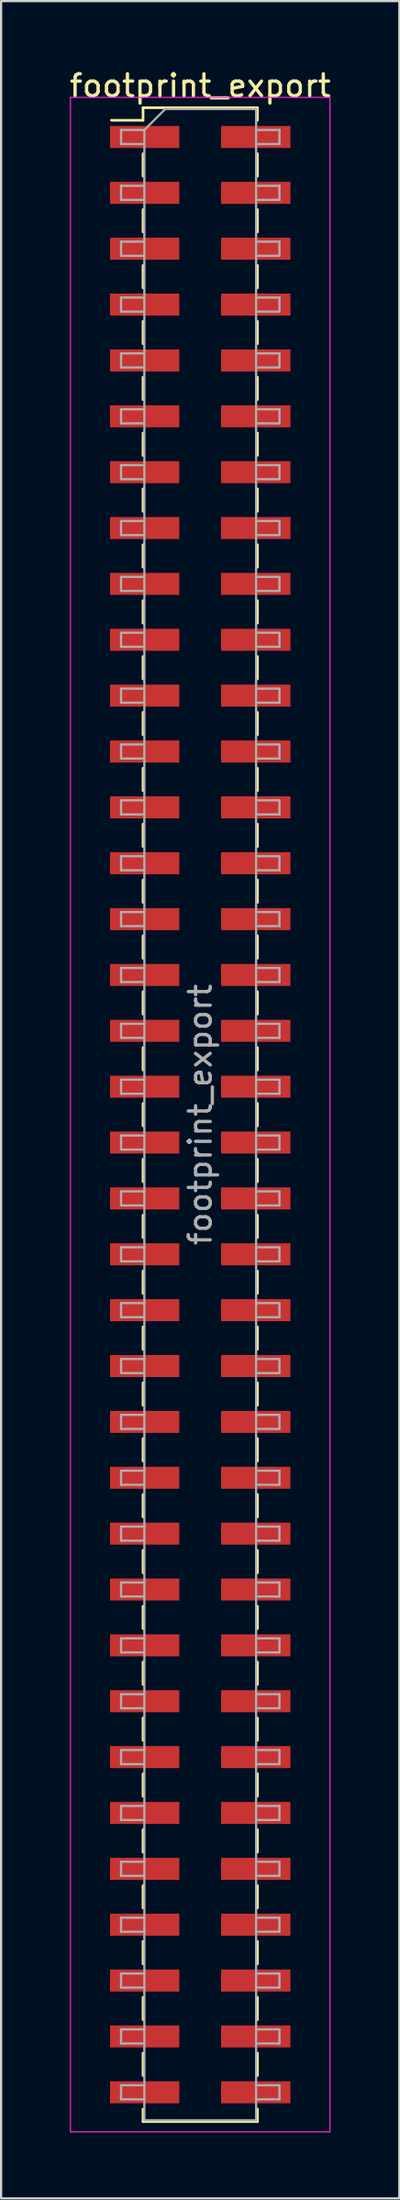
<source format=kicad_pcb>
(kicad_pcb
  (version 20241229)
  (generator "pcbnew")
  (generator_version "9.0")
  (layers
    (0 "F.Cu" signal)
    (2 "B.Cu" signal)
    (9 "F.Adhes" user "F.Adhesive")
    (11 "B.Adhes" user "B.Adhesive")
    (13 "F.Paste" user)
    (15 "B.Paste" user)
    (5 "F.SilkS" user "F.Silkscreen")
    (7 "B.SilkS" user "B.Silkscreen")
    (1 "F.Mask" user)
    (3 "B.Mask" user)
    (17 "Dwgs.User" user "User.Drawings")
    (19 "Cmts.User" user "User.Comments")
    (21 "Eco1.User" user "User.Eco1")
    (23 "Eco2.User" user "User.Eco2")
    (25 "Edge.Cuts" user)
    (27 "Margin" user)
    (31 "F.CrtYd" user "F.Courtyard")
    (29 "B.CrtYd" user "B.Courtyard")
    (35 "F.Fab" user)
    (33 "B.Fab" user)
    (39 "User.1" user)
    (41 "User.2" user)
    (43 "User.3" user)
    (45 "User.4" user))
  (footprint "footprint_export"
    (layer "F.Cu")
    (at 6.054 47.628)
    (property "Reference" "footprint_export" (at 0 -46.78 0) (layer "F.SilkS") (effects (font (size 1 1) (thickness 0.15))))
    (attr smd)
    (fp_line (start -4.04 -45.21) (end -2.6 -45.21) (stroke (width 0.12) (type solid)) (layer "F.SilkS"))
    (fp_line (start -2.6 -45.78) (end -2.6 -45.21) (stroke (width 0.12) (type solid)) (layer "F.SilkS"))
    (fp_line (start -2.6 -45.78) (end 2.6 -45.78) (stroke (width 0.12) (type solid)) (layer "F.SilkS"))
    (fp_line (start -2.6 -43.69) (end -2.6 -42.67) (stroke (width 0.12) (type solid)) (layer "F.SilkS"))
    (fp_line (start -2.6 -41.15) (end -2.6 -40.13) (stroke (width 0.12) (type solid)) (layer "F.SilkS"))
    (fp_line (start -2.6 -38.61) (end -2.6 -37.59) (stroke (width 0.12) (type solid)) (layer "F.SilkS"))
    (fp_line (start -2.6 -36.07) (end -2.6 -35.05) (stroke (width 0.12) (type solid)) (layer "F.SilkS"))
    (fp_line (start -2.6 -33.53) (end -2.6 -32.51) (stroke (width 0.12) (type solid)) (layer "F.SilkS"))
    (fp_line (start -2.6 -30.99) (end -2.6 -29.97) (stroke (width 0.12) (type solid)) (layer "F.SilkS"))
    (fp_line (start -2.6 -28.45) (end -2.6 -27.43) (stroke (width 0.12) (type solid)) (layer "F.SilkS"))
    (fp_line (start -2.6 -25.91) (end -2.6 -24.89) (stroke (width 0.12) (type solid)) (layer "F.SilkS"))
    (fp_line (start -2.6 -23.37) (end -2.6 -22.35) (stroke (width 0.12) (type solid)) (layer "F.SilkS"))
    (fp_line (start -2.6 -20.83) (end -2.6 -19.81) (stroke (width 0.12) (type solid)) (layer "F.SilkS"))
    (fp_line (start -2.6 -18.29) (end -2.6 -17.27) (stroke (width 0.12) (type solid)) (layer "F.SilkS"))
    (fp_line (start -2.6 -15.75) (end -2.6 -14.73) (stroke (width 0.12) (type solid)) (layer "F.SilkS"))
    (fp_line (start -2.6 -13.21) (end -2.6 -12.19) (stroke (width 0.12) (type solid)) (layer "F.SilkS"))
    (fp_line (start -2.6 -10.67) (end -2.6 -9.65) (stroke (width 0.12) (type solid)) (layer "F.SilkS"))
    (fp_line (start -2.6 -8.13) (end -2.6 -7.11) (stroke (width 0.12) (type solid)) (layer "F.SilkS"))
    (fp_line (start -2.6 -5.59) (end -2.6 -4.57) (stroke (width 0.12) (type solid)) (layer "F.SilkS"))
    (fp_line (start -2.6 -3.05) (end -2.6 -2.03) (stroke (width 0.12) (type solid)) (layer "F.SilkS"))
    (fp_line (start -2.6 -0.51) (end -2.6 0.51) (stroke (width 0.12) (type solid)) (layer "F.SilkS"))
    (fp_line (start -2.6 2.03) (end -2.6 3.05) (stroke (width 0.12) (type solid)) (layer "F.SilkS"))
    (fp_line (start -2.6 4.57) (end -2.6 5.59) (stroke (width 0.12) (type solid)) (layer "F.SilkS"))
    (fp_line (start -2.6 7.11) (end -2.6 8.13) (stroke (width 0.12) (type solid)) (layer "F.SilkS"))
    (fp_line (start -2.6 9.65) (end -2.6 10.67) (stroke (width 0.12) (type solid)) (layer "F.SilkS"))
    (fp_line (start -2.6 12.19) (end -2.6 13.21) (stroke (width 0.12) (type solid)) (layer "F.SilkS"))
    (fp_line (start -2.6 14.73) (end -2.6 15.75) (stroke (width 0.12) (type solid)) (layer "F.SilkS"))
    (fp_line (start -2.6 17.27) (end -2.6 18.29) (stroke (width 0.12) (type solid)) (layer "F.SilkS"))
    (fp_line (start -2.6 19.81) (end -2.6 20.83) (stroke (width 0.12) (type solid)) (layer "F.SilkS"))
    (fp_line (start -2.6 22.35) (end -2.6 23.37) (stroke (width 0.12) (type solid)) (layer "F.SilkS"))
    (fp_line (start -2.6 24.89) (end -2.6 25.91) (stroke (width 0.12) (type solid)) (layer "F.SilkS"))
    (fp_line (start -2.6 27.43) (end -2.6 28.45) (stroke (width 0.12) (type solid)) (layer "F.SilkS"))
    (fp_line (start -2.6 29.97) (end -2.6 30.99) (stroke (width 0.12) (type solid)) (layer "F.SilkS"))
    (fp_line (start -2.6 32.51) (end -2.6 33.53) (stroke (width 0.12) (type solid)) (layer "F.SilkS"))
    (fp_line (start -2.6 35.05) (end -2.6 36.07) (stroke (width 0.12) (type solid)) (layer "F.SilkS"))
    (fp_line (start -2.6 37.59) (end -2.6 38.61) (stroke (width 0.12) (type solid)) (layer "F.SilkS"))
    (fp_line (start -2.6 40.13) (end -2.6 41.15) (stroke (width 0.12) (type solid)) (layer "F.SilkS"))
    (fp_line (start -2.6 42.67) (end -2.6 43.69) (stroke (width 0.12) (type solid)) (layer "F.SilkS"))
    (fp_line (start -2.6 45.21) (end -2.6 45.78) (stroke (width 0.12) (type solid)) (layer "F.SilkS"))
    (fp_line (start -2.6 45.78) (end 2.6 45.78) (stroke (width 0.12) (type solid)) (layer "F.SilkS"))
    (fp_line (start 2.6 -45.78) (end 2.6 -45.21) (stroke (width 0.12) (type solid)) (layer "F.SilkS"))
    (fp_line (start 2.6 -43.69) (end 2.6 -42.67) (stroke (width 0.12) (type solid)) (layer "F.SilkS"))
    (fp_line (start 2.6 -41.15) (end 2.6 -40.13) (stroke (width 0.12) (type solid)) (layer "F.SilkS"))
    (fp_line (start 2.6 -38.61) (end 2.6 -37.59) (stroke (width 0.12) (type solid)) (layer "F.SilkS"))
    (fp_line (start 2.6 -36.07) (end 2.6 -35.05) (stroke (width 0.12) (type solid)) (layer "F.SilkS"))
    (fp_line (start 2.6 -33.53) (end 2.6 -32.51) (stroke (width 0.12) (type solid)) (layer "F.SilkS"))
    (fp_line (start 2.6 -30.99) (end 2.6 -29.97) (stroke (width 0.12) (type solid)) (layer "F.SilkS"))
    (fp_line (start 2.6 -28.45) (end 2.6 -27.43) (stroke (width 0.12) (type solid)) (layer "F.SilkS"))
    (fp_line (start 2.6 -25.91) (end 2.6 -24.89) (stroke (width 0.12) (type solid)) (layer "F.SilkS"))
    (fp_line (start 2.6 -23.37) (end 2.6 -22.35) (stroke (width 0.12) (type solid)) (layer "F.SilkS"))
    (fp_line (start 2.6 -20.83) (end 2.6 -19.81) (stroke (width 0.12) (type solid)) (layer "F.SilkS"))
    (fp_line (start 2.6 -18.29) (end 2.6 -17.27) (stroke (width 0.12) (type solid)) (layer "F.SilkS"))
    (fp_line (start 2.6 -15.75) (end 2.6 -14.73) (stroke (width 0.12) (type solid)) (layer "F.SilkS"))
    (fp_line (start 2.6 -13.21) (end 2.6 -12.19) (stroke (width 0.12) (type solid)) (layer "F.SilkS"))
    (fp_line (start 2.6 -10.67) (end 2.6 -9.65) (stroke (width 0.12) (type solid)) (layer "F.SilkS"))
    (fp_line (start 2.6 -8.13) (end 2.6 -7.11) (stroke (width 0.12) (type solid)) (layer "F.SilkS"))
    (fp_line (start 2.6 -5.59) (end 2.6 -4.57) (stroke (width 0.12) (type solid)) (layer "F.SilkS"))
    (fp_line (start 2.6 -3.05) (end 2.6 -2.03) (stroke (width 0.12) (type solid)) (layer "F.SilkS"))
    (fp_line (start 2.6 -0.51) (end 2.6 0.51) (stroke (width 0.12) (type solid)) (layer "F.SilkS"))
    (fp_line (start 2.6 2.03) (end 2.6 3.05) (stroke (width 0.12) (type solid)) (layer "F.SilkS"))
    (fp_line (start 2.6 4.57) (end 2.6 5.59) (stroke (width 0.12) (type solid)) (layer "F.SilkS"))
    (fp_line (start 2.6 7.11) (end 2.6 8.13) (stroke (width 0.12) (type solid)) (layer "F.SilkS"))
    (fp_line (start 2.6 9.65) (end 2.6 10.67) (stroke (width 0.12) (type solid)) (layer "F.SilkS"))
    (fp_line (start 2.6 12.19) (end 2.6 13.21) (stroke (width 0.12) (type solid)) (layer "F.SilkS"))
    (fp_line (start 2.6 14.73) (end 2.6 15.75) (stroke (width 0.12) (type solid)) (layer "F.SilkS"))
    (fp_line (start 2.6 17.27) (end 2.6 18.29) (stroke (width 0.12) (type solid)) (layer "F.SilkS"))
    (fp_line (start 2.6 19.81) (end 2.6 20.83) (stroke (width 0.12) (type solid)) (layer "F.SilkS"))
    (fp_line (start 2.6 22.35) (end 2.6 23.37) (stroke (width 0.12) (type solid)) (layer "F.SilkS"))
    (fp_line (start 2.6 24.89) (end 2.6 25.91) (stroke (width 0.12) (type solid)) (layer "F.SilkS"))
    (fp_line (start 2.6 27.43) (end 2.6 28.45) (stroke (width 0.12) (type solid)) (layer "F.SilkS"))
    (fp_line (start 2.6 29.97) (end 2.6 30.99) (stroke (width 0.12) (type solid)) (layer "F.SilkS"))
    (fp_line (start 2.6 32.51) (end 2.6 33.53) (stroke (width 0.12) (type solid)) (layer "F.SilkS"))
    (fp_line (start 2.6 35.05) (end 2.6 36.07) (stroke (width 0.12) (type solid)) (layer "F.SilkS"))
    (fp_line (start 2.6 37.59) (end 2.6 38.61) (stroke (width 0.12) (type solid)) (layer "F.SilkS"))
    (fp_line (start 2.6 40.13) (end 2.6 41.15) (stroke (width 0.12) (type solid)) (layer "F.SilkS"))
    (fp_line (start 2.6 42.67) (end 2.6 43.69) (stroke (width 0.12) (type solid)) (layer "F.SilkS"))
    (fp_line (start 2.6 45.21) (end 2.6 45.78) (stroke (width 0.12) (type solid)) (layer "F.SilkS"))
    (fp_line (start -5.9 -46.25) (end -5.9 46.25) (stroke (width 0.05) (type solid)) (layer "F.CrtYd"))
    (fp_line (start -5.9 46.25) (end 5.9 46.25) (stroke (width 0.05) (type solid)) (layer "F.CrtYd"))
    (fp_line (start 5.9 -46.25) (end -5.9 -46.25) (stroke (width 0.05) (type solid)) (layer "F.CrtYd"))
    (fp_line (start 5.9 46.25) (end 5.9 -46.25) (stroke (width 0.05) (type solid)) (layer "F.CrtYd"))
    (fp_line (start -3.6 -44.77) (end -3.6 -44.13) (stroke (width 0.1) (type solid)) (layer "F.Fab"))
    (fp_line (start -3.6 -44.13) (end -2.54 -44.13) (stroke (width 0.1) (type solid)) (layer "F.Fab"))
    (fp_line (start -3.6 -42.23) (end -3.6 -41.59) (stroke (width 0.1) (type solid)) (layer "F.Fab"))
    (fp_line (start -3.6 -41.59) (end -2.54 -41.59) (stroke (width 0.1) (type solid)) (layer "F.Fab"))
    (fp_line (start -3.6 -39.69) (end -3.6 -39.05) (stroke (width 0.1) (type solid)) (layer "F.Fab"))
    (fp_line (start -3.6 -39.05) (end -2.54 -39.05) (stroke (width 0.1) (type solid)) (layer "F.Fab"))
    (fp_line (start -3.6 -37.15) (end -3.6 -36.51) (stroke (width 0.1) (type solid)) (layer "F.Fab"))
    (fp_line (start -3.6 -36.51) (end -2.54 -36.51) (stroke (width 0.1) (type solid)) (layer "F.Fab"))
    (fp_line (start -3.6 -34.61) (end -3.6 -33.97) (stroke (width 0.1) (type solid)) (layer "F.Fab"))
    (fp_line (start -3.6 -33.97) (end -2.54 -33.97) (stroke (width 0.1) (type solid)) (layer "F.Fab"))
    (fp_line (start -3.6 -32.07) (end -3.6 -31.43) (stroke (width 0.1) (type solid)) (layer "F.Fab"))
    (fp_line (start -3.6 -31.43) (end -2.54 -31.43) (stroke (width 0.1) (type solid)) (layer "F.Fab"))
    (fp_line (start -3.6 -29.53) (end -3.6 -28.89) (stroke (width 0.1) (type solid)) (layer "F.Fab"))
    (fp_line (start -3.6 -28.89) (end -2.54 -28.89) (stroke (width 0.1) (type solid)) (layer "F.Fab"))
    (fp_line (start -3.6 -26.99) (end -3.6 -26.35) (stroke (width 0.1) (type solid)) (layer "F.Fab"))
    (fp_line (start -3.6 -26.35) (end -2.54 -26.35) (stroke (width 0.1) (type solid)) (layer "F.Fab"))
    (fp_line (start -3.6 -24.45) (end -3.6 -23.81) (stroke (width 0.1) (type solid)) (layer "F.Fab"))
    (fp_line (start -3.6 -23.81) (end -2.54 -23.81) (stroke (width 0.1) (type solid)) (layer "F.Fab"))
    (fp_line (start -3.6 -21.91) (end -3.6 -21.27) (stroke (width 0.1) (type solid)) (layer "F.Fab"))
    (fp_line (start -3.6 -21.27) (end -2.54 -21.27) (stroke (width 0.1) (type solid)) (layer "F.Fab"))
    (fp_line (start -3.6 -19.37) (end -3.6 -18.73) (stroke (width 0.1) (type solid)) (layer "F.Fab"))
    (fp_line (start -3.6 -18.73) (end -2.54 -18.73) (stroke (width 0.1) (type solid)) (layer "F.Fab"))
    (fp_line (start -3.6 -16.83) (end -3.6 -16.19) (stroke (width 0.1) (type solid)) (layer "F.Fab"))
    (fp_line (start -3.6 -16.19) (end -2.54 -16.19) (stroke (width 0.1) (type solid)) (layer "F.Fab"))
    (fp_line (start -3.6 -14.29) (end -3.6 -13.65) (stroke (width 0.1) (type solid)) (layer "F.Fab"))
    (fp_line (start -3.6 -13.65) (end -2.54 -13.65) (stroke (width 0.1) (type solid)) (layer "F.Fab"))
    (fp_line (start -3.6 -11.75) (end -3.6 -11.11) (stroke (width 0.1) (type solid)) (layer "F.Fab"))
    (fp_line (start -3.6 -11.11) (end -2.54 -11.11) (stroke (width 0.1) (type solid)) (layer "F.Fab"))
    (fp_line (start -3.6 -9.21) (end -3.6 -8.57) (stroke (width 0.1) (type solid)) (layer "F.Fab"))
    (fp_line (start -3.6 -8.57) (end -2.54 -8.57) (stroke (width 0.1) (type solid)) (layer "F.Fab"))
    (fp_line (start -3.6 -6.67) (end -3.6 -6.03) (stroke (width 0.1) (type solid)) (layer "F.Fab"))
    (fp_line (start -3.6 -6.03) (end -2.54 -6.03) (stroke (width 0.1) (type solid)) (layer "F.Fab"))
    (fp_line (start -3.6 -4.13) (end -3.6 -3.49) (stroke (width 0.1) (type solid)) (layer "F.Fab"))
    (fp_line (start -3.6 -3.49) (end -2.54 -3.49) (stroke (width 0.1) (type solid)) (layer "F.Fab"))
    (fp_line (start -3.6 -1.59) (end -3.6 -0.95) (stroke (width 0.1) (type solid)) (layer "F.Fab"))
    (fp_line (start -3.6 -0.95) (end -2.54 -0.95) (stroke (width 0.1) (type solid)) (layer "F.Fab"))
    (fp_line (start -3.6 0.95) (end -3.6 1.59) (stroke (width 0.1) (type solid)) (layer "F.Fab"))
    (fp_line (start -3.6 1.59) (end -2.54 1.59) (stroke (width 0.1) (type solid)) (layer "F.Fab"))
    (fp_line (start -3.6 3.49) (end -3.6 4.13) (stroke (width 0.1) (type solid)) (layer "F.Fab"))
    (fp_line (start -3.6 4.13) (end -2.54 4.13) (stroke (width 0.1) (type solid)) (layer "F.Fab"))
    (fp_line (start -3.6 6.03) (end -3.6 6.67) (stroke (width 0.1) (type solid)) (layer "F.Fab"))
    (fp_line (start -3.6 6.67) (end -2.54 6.67) (stroke (width 0.1) (type solid)) (layer "F.Fab"))
    (fp_line (start -3.6 8.57) (end -3.6 9.21) (stroke (width 0.1) (type solid)) (layer "F.Fab"))
    (fp_line (start -3.6 9.21) (end -2.54 9.21) (stroke (width 0.1) (type solid)) (layer "F.Fab"))
    (fp_line (start -3.6 11.11) (end -3.6 11.75) (stroke (width 0.1) (type solid)) (layer "F.Fab"))
    (fp_line (start -3.6 11.75) (end -2.54 11.75) (stroke (width 0.1) (type solid)) (layer "F.Fab"))
    (fp_line (start -3.6 13.65) (end -3.6 14.29) (stroke (width 0.1) (type solid)) (layer "F.Fab"))
    (fp_line (start -3.6 14.29) (end -2.54 14.29) (stroke (width 0.1) (type solid)) (layer "F.Fab"))
    (fp_line (start -3.6 16.19) (end -3.6 16.83) (stroke (width 0.1) (type solid)) (layer "F.Fab"))
    (fp_line (start -3.6 16.83) (end -2.54 16.83) (stroke (width 0.1) (type solid)) (layer "F.Fab"))
    (fp_line (start -3.6 18.73) (end -3.6 19.37) (stroke (width 0.1) (type solid)) (layer "F.Fab"))
    (fp_line (start -3.6 19.37) (end -2.54 19.37) (stroke (width 0.1) (type solid)) (layer "F.Fab"))
    (fp_line (start -3.6 21.27) (end -3.6 21.91) (stroke (width 0.1) (type solid)) (layer "F.Fab"))
    (fp_line (start -3.6 21.91) (end -2.54 21.91) (stroke (width 0.1) (type solid)) (layer "F.Fab"))
    (fp_line (start -3.6 23.81) (end -3.6 24.45) (stroke (width 0.1) (type solid)) (layer "F.Fab"))
    (fp_line (start -3.6 24.45) (end -2.54 24.45) (stroke (width 0.1) (type solid)) (layer "F.Fab"))
    (fp_line (start -3.6 26.35) (end -3.6 26.99) (stroke (width 0.1) (type solid)) (layer "F.Fab"))
    (fp_line (start -3.6 26.99) (end -2.54 26.99) (stroke (width 0.1) (type solid)) (layer "F.Fab"))
    (fp_line (start -3.6 28.89) (end -3.6 29.53) (stroke (width 0.1) (type solid)) (layer "F.Fab"))
    (fp_line (start -3.6 29.53) (end -2.54 29.53) (stroke (width 0.1) (type solid)) (layer "F.Fab"))
    (fp_line (start -3.6 31.43) (end -3.6 32.07) (stroke (width 0.1) (type solid)) (layer "F.Fab"))
    (fp_line (start -3.6 32.07) (end -2.54 32.07) (stroke (width 0.1) (type solid)) (layer "F.Fab"))
    (fp_line (start -3.6 33.97) (end -3.6 34.61) (stroke (width 0.1) (type solid)) (layer "F.Fab"))
    (fp_line (start -3.6 34.61) (end -2.54 34.61) (stroke (width 0.1) (type solid)) (layer "F.Fab"))
    (fp_line (start -3.6 36.51) (end -3.6 37.15) (stroke (width 0.1) (type solid)) (layer "F.Fab"))
    (fp_line (start -3.6 37.15) (end -2.54 37.15) (stroke (width 0.1) (type solid)) (layer "F.Fab"))
    (fp_line (start -3.6 39.05) (end -3.6 39.69) (stroke (width 0.1) (type solid)) (layer "F.Fab"))
    (fp_line (start -3.6 39.69) (end -2.54 39.69) (stroke (width 0.1) (type solid)) (layer "F.Fab"))
    (fp_line (start -3.6 41.59) (end -3.6 42.23) (stroke (width 0.1) (type solid)) (layer "F.Fab"))
    (fp_line (start -3.6 42.23) (end -2.54 42.23) (stroke (width 0.1) (type solid)) (layer "F.Fab"))
    (fp_line (start -3.6 44.13) (end -3.6 44.77) (stroke (width 0.1) (type solid)) (layer "F.Fab"))
    (fp_line (start -3.6 44.77) (end -2.54 44.77) (stroke (width 0.1) (type solid)) (layer "F.Fab"))
    (fp_line (start -2.54 -44.77) (end -3.6 -44.77) (stroke (width 0.1) (type solid)) (layer "F.Fab"))
    (fp_line (start -2.54 -44.77) (end -1.59 -45.72) (stroke (width 0.1) (type solid)) (layer "F.Fab"))
    (fp_line (start -2.54 -42.23) (end -3.6 -42.23) (stroke (width 0.1) (type solid)) (layer "F.Fab"))
    (fp_line (start -2.54 -39.69) (end -3.6 -39.69) (stroke (width 0.1) (type solid)) (layer "F.Fab"))
    (fp_line (start -2.54 -37.15) (end -3.6 -37.15) (stroke (width 0.1) (type solid)) (layer "F.Fab"))
    (fp_line (start -2.54 -34.61) (end -3.6 -34.61) (stroke (width 0.1) (type solid)) (layer "F.Fab"))
    (fp_line (start -2.54 -32.07) (end -3.6 -32.07) (stroke (width 0.1) (type solid)) (layer "F.Fab"))
    (fp_line (start -2.54 -29.53) (end -3.6 -29.53) (stroke (width 0.1) (type solid)) (layer "F.Fab"))
    (fp_line (start -2.54 -26.99) (end -3.6 -26.99) (stroke (width 0.1) (type solid)) (layer "F.Fab"))
    (fp_line (start -2.54 -24.45) (end -3.6 -24.45) (stroke (width 0.1) (type solid)) (layer "F.Fab"))
    (fp_line (start -2.54 -21.91) (end -3.6 -21.91) (stroke (width 0.1) (type solid)) (layer "F.Fab"))
    (fp_line (start -2.54 -19.37) (end -3.6 -19.37) (stroke (width 0.1) (type solid)) (layer "F.Fab"))
    (fp_line (start -2.54 -16.83) (end -3.6 -16.83) (stroke (width 0.1) (type solid)) (layer "F.Fab"))
    (fp_line (start -2.54 -14.29) (end -3.6 -14.29) (stroke (width 0.1) (type solid)) (layer "F.Fab"))
    (fp_line (start -2.54 -11.75) (end -3.6 -11.75) (stroke (width 0.1) (type solid)) (layer "F.Fab"))
    (fp_line (start -2.54 -9.21) (end -3.6 -9.21) (stroke (width 0.1) (type solid)) (layer "F.Fab"))
    (fp_line (start -2.54 -6.67) (end -3.6 -6.67) (stroke (width 0.1) (type solid)) (layer "F.Fab"))
    (fp_line (start -2.54 -4.13) (end -3.6 -4.13) (stroke (width 0.1) (type solid)) (layer "F.Fab"))
    (fp_line (start -2.54 -1.59) (end -3.6 -1.59) (stroke (width 0.1) (type solid)) (layer "F.Fab"))
    (fp_line (start -2.54 0.95) (end -3.6 0.95) (stroke (width 0.1) (type solid)) (layer "F.Fab"))
    (fp_line (start -2.54 3.49) (end -3.6 3.49) (stroke (width 0.1) (type solid)) (layer "F.Fab"))
    (fp_line (start -2.54 6.03) (end -3.6 6.03) (stroke (width 0.1) (type solid)) (layer "F.Fab"))
    (fp_line (start -2.54 8.57) (end -3.6 8.57) (stroke (width 0.1) (type solid)) (layer "F.Fab"))
    (fp_line (start -2.54 11.11) (end -3.6 11.11) (stroke (width 0.1) (type solid)) (layer "F.Fab"))
    (fp_line (start -2.54 13.65) (end -3.6 13.65) (stroke (width 0.1) (type solid)) (layer "F.Fab"))
    (fp_line (start -2.54 16.19) (end -3.6 16.19) (stroke (width 0.1) (type solid)) (layer "F.Fab"))
    (fp_line (start -2.54 18.73) (end -3.6 18.73) (stroke (width 0.1) (type solid)) (layer "F.Fab"))
    (fp_line (start -2.54 21.27) (end -3.6 21.27) (stroke (width 0.1) (type solid)) (layer "F.Fab"))
    (fp_line (start -2.54 23.81) (end -3.6 23.81) (stroke (width 0.1) (type solid)) (layer "F.Fab"))
    (fp_line (start -2.54 26.35) (end -3.6 26.35) (stroke (width 0.1) (type solid)) (layer "F.Fab"))
    (fp_line (start -2.54 28.89) (end -3.6 28.89) (stroke (width 0.1) (type solid)) (layer "F.Fab"))
    (fp_line (start -2.54 31.43) (end -3.6 31.43) (stroke (width 0.1) (type solid)) (layer "F.Fab"))
    (fp_line (start -2.54 33.97) (end -3.6 33.97) (stroke (width 0.1) (type solid)) (layer "F.Fab"))
    (fp_line (start -2.54 36.51) (end -3.6 36.51) (stroke (width 0.1) (type solid)) (layer "F.Fab"))
    (fp_line (start -2.54 39.05) (end -3.6 39.05) (stroke (width 0.1) (type solid)) (layer "F.Fab"))
    (fp_line (start -2.54 41.59) (end -3.6 41.59) (stroke (width 0.1) (type solid)) (layer "F.Fab"))
    (fp_line (start -2.54 44.13) (end -3.6 44.13) (stroke (width 0.1) (type solid)) (layer "F.Fab"))
    (fp_line (start -2.54 45.72) (end -2.54 -44.77) (stroke (width 0.1) (type solid)) (layer "F.Fab"))
    (fp_line (start -1.59 -45.72) (end 2.54 -45.72) (stroke (width 0.1) (type solid)) (layer "F.Fab"))
    (fp_line (start 2.54 -45.72) (end 2.54 45.72) (stroke (width 0.1) (type solid)) (layer "F.Fab"))
    (fp_line (start 2.54 -44.77) (end 3.6 -44.77) (stroke (width 0.1) (type solid)) (layer "F.Fab"))
    (fp_line (start 2.54 -42.23) (end 3.6 -42.23) (stroke (width 0.1) (type solid)) (layer "F.Fab"))
    (fp_line (start 2.54 -39.69) (end 3.6 -39.69) (stroke (width 0.1) (type solid)) (layer "F.Fab"))
    (fp_line (start 2.54 -37.15) (end 3.6 -37.15) (stroke (width 0.1) (type solid)) (layer "F.Fab"))
    (fp_line (start 2.54 -34.61) (end 3.6 -34.61) (stroke (width 0.1) (type solid)) (layer "F.Fab"))
    (fp_line (start 2.54 -32.07) (end 3.6 -32.07) (stroke (width 0.1) (type solid)) (layer "F.Fab"))
    (fp_line (start 2.54 -29.53) (end 3.6 -29.53) (stroke (width 0.1) (type solid)) (layer "F.Fab"))
    (fp_line (start 2.54 -26.99) (end 3.6 -26.99) (stroke (width 0.1) (type solid)) (layer "F.Fab"))
    (fp_line (start 2.54 -24.45) (end 3.6 -24.45) (stroke (width 0.1) (type solid)) (layer "F.Fab"))
    (fp_line (start 2.54 -21.91) (end 3.6 -21.91) (stroke (width 0.1) (type solid)) (layer "F.Fab"))
    (fp_line (start 2.54 -19.37) (end 3.6 -19.37) (stroke (width 0.1) (type solid)) (layer "F.Fab"))
    (fp_line (start 2.54 -16.83) (end 3.6 -16.83) (stroke (width 0.1) (type solid)) (layer "F.Fab"))
    (fp_line (start 2.54 -14.29) (end 3.6 -14.29) (stroke (width 0.1) (type solid)) (layer "F.Fab"))
    (fp_line (start 2.54 -11.75) (end 3.6 -11.75) (stroke (width 0.1) (type solid)) (layer "F.Fab"))
    (fp_line (start 2.54 -9.21) (end 3.6 -9.21) (stroke (width 0.1) (type solid)) (layer "F.Fab"))
    (fp_line (start 2.54 -6.67) (end 3.6 -6.67) (stroke (width 0.1) (type solid)) (layer "F.Fab"))
    (fp_line (start 2.54 -4.13) (end 3.6 -4.13) (stroke (width 0.1) (type solid)) (layer "F.Fab"))
    (fp_line (start 2.54 -1.59) (end 3.6 -1.59) (stroke (width 0.1) (type solid)) (layer "F.Fab"))
    (fp_line (start 2.54 0.95) (end 3.6 0.95) (stroke (width 0.1) (type solid)) (layer "F.Fab"))
    (fp_line (start 2.54 3.49) (end 3.6 3.49) (stroke (width 0.1) (type solid)) (layer "F.Fab"))
    (fp_line (start 2.54 6.03) (end 3.6 6.03) (stroke (width 0.1) (type solid)) (layer "F.Fab"))
    (fp_line (start 2.54 8.57) (end 3.6 8.57) (stroke (width 0.1) (type solid)) (layer "F.Fab"))
    (fp_line (start 2.54 11.11) (end 3.6 11.11) (stroke (width 0.1) (type solid)) (layer "F.Fab"))
    (fp_line (start 2.54 13.65) (end 3.6 13.65) (stroke (width 0.1) (type solid)) (layer "F.Fab"))
    (fp_line (start 2.54 16.19) (end 3.6 16.19) (stroke (width 0.1) (type solid)) (layer "F.Fab"))
    (fp_line (start 2.54 18.73) (end 3.6 18.73) (stroke (width 0.1) (type solid)) (layer "F.Fab"))
    (fp_line (start 2.54 21.27) (end 3.6 21.27) (stroke (width 0.1) (type solid)) (layer "F.Fab"))
    (fp_line (start 2.54 23.81) (end 3.6 23.81) (stroke (width 0.1) (type solid)) (layer "F.Fab"))
    (fp_line (start 2.54 26.35) (end 3.6 26.35) (stroke (width 0.1) (type solid)) (layer "F.Fab"))
    (fp_line (start 2.54 28.89) (end 3.6 28.89) (stroke (width 0.1) (type solid)) (layer "F.Fab"))
    (fp_line (start 2.54 31.43) (end 3.6 31.43) (stroke (width 0.1) (type solid)) (layer "F.Fab"))
    (fp_line (start 2.54 33.97) (end 3.6 33.97) (stroke (width 0.1) (type solid)) (layer "F.Fab"))
    (fp_line (start 2.54 36.51) (end 3.6 36.51) (stroke (width 0.1) (type solid)) (layer "F.Fab"))
    (fp_line (start 2.54 39.05) (end 3.6 39.05) (stroke (width 0.1) (type solid)) (layer "F.Fab"))
    (fp_line (start 2.54 41.59) (end 3.6 41.59) (stroke (width 0.1) (type solid)) (layer "F.Fab"))
    (fp_line (start 2.54 44.13) (end 3.6 44.13) (stroke (width 0.1) (type solid)) (layer "F.Fab"))
    (fp_line (start 2.54 45.72) (end -2.54 45.72) (stroke (width 0.1) (type solid)) (layer "F.Fab"))
    (fp_line (start 3.6 -44.77) (end 3.6 -44.13) (stroke (width 0.1) (type solid)) (layer "F.Fab"))
    (fp_line (start 3.6 -44.13) (end 2.54 -44.13) (stroke (width 0.1) (type solid)) (layer "F.Fab"))
    (fp_line (start 3.6 -42.23) (end 3.6 -41.59) (stroke (width 0.1) (type solid)) (layer "F.Fab"))
    (fp_line (start 3.6 -41.59) (end 2.54 -41.59) (stroke (width 0.1) (type solid)) (layer "F.Fab"))
    (fp_line (start 3.6 -39.69) (end 3.6 -39.05) (stroke (width 0.1) (type solid)) (layer "F.Fab"))
    (fp_line (start 3.6 -39.05) (end 2.54 -39.05) (stroke (width 0.1) (type solid)) (layer "F.Fab"))
    (fp_line (start 3.6 -37.15) (end 3.6 -36.51) (stroke (width 0.1) (type solid)) (layer "F.Fab"))
    (fp_line (start 3.6 -36.51) (end 2.54 -36.51) (stroke (width 0.1) (type solid)) (layer "F.Fab"))
    (fp_line (start 3.6 -34.61) (end 3.6 -33.97) (stroke (width 0.1) (type solid)) (layer "F.Fab"))
    (fp_line (start 3.6 -33.97) (end 2.54 -33.97) (stroke (width 0.1) (type solid)) (layer "F.Fab"))
    (fp_line (start 3.6 -32.07) (end 3.6 -31.43) (stroke (width 0.1) (type solid)) (layer "F.Fab"))
    (fp_line (start 3.6 -31.43) (end 2.54 -31.43) (stroke (width 0.1) (type solid)) (layer "F.Fab"))
    (fp_line (start 3.6 -29.53) (end 3.6 -28.89) (stroke (width 0.1) (type solid)) (layer "F.Fab"))
    (fp_line (start 3.6 -28.89) (end 2.54 -28.89) (stroke (width 0.1) (type solid)) (layer "F.Fab"))
    (fp_line (start 3.6 -26.99) (end 3.6 -26.35) (stroke (width 0.1) (type solid)) (layer "F.Fab"))
    (fp_line (start 3.6 -26.35) (end 2.54 -26.35) (stroke (width 0.1) (type solid)) (layer "F.Fab"))
    (fp_line (start 3.6 -24.45) (end 3.6 -23.81) (stroke (width 0.1) (type solid)) (layer "F.Fab"))
    (fp_line (start 3.6 -23.81) (end 2.54 -23.81) (stroke (width 0.1) (type solid)) (layer "F.Fab"))
    (fp_line (start 3.6 -21.91) (end 3.6 -21.27) (stroke (width 0.1) (type solid)) (layer "F.Fab"))
    (fp_line (start 3.6 -21.27) (end 2.54 -21.27) (stroke (width 0.1) (type solid)) (layer "F.Fab"))
    (fp_line (start 3.6 -19.37) (end 3.6 -18.73) (stroke (width 0.1) (type solid)) (layer "F.Fab"))
    (fp_line (start 3.6 -18.73) (end 2.54 -18.73) (stroke (width 0.1) (type solid)) (layer "F.Fab"))
    (fp_line (start 3.6 -16.83) (end 3.6 -16.19) (stroke (width 0.1) (type solid)) (layer "F.Fab"))
    (fp_line (start 3.6 -16.19) (end 2.54 -16.19) (stroke (width 0.1) (type solid)) (layer "F.Fab"))
    (fp_line (start 3.6 -14.29) (end 3.6 -13.65) (stroke (width 0.1) (type solid)) (layer "F.Fab"))
    (fp_line (start 3.6 -13.65) (end 2.54 -13.65) (stroke (width 0.1) (type solid)) (layer "F.Fab"))
    (fp_line (start 3.6 -11.75) (end 3.6 -11.11) (stroke (width 0.1) (type solid)) (layer "F.Fab"))
    (fp_line (start 3.6 -11.11) (end 2.54 -11.11) (stroke (width 0.1) (type solid)) (layer "F.Fab"))
    (fp_line (start 3.6 -9.21) (end 3.6 -8.57) (stroke (width 0.1) (type solid)) (layer "F.Fab"))
    (fp_line (start 3.6 -8.57) (end 2.54 -8.57) (stroke (width 0.1) (type solid)) (layer "F.Fab"))
    (fp_line (start 3.6 -6.67) (end 3.6 -6.03) (stroke (width 0.1) (type solid)) (layer "F.Fab"))
    (fp_line (start 3.6 -6.03) (end 2.54 -6.03) (stroke (width 0.1) (type solid)) (layer "F.Fab"))
    (fp_line (start 3.6 -4.13) (end 3.6 -3.49) (stroke (width 0.1) (type solid)) (layer "F.Fab"))
    (fp_line (start 3.6 -3.49) (end 2.54 -3.49) (stroke (width 0.1) (type solid)) (layer "F.Fab"))
    (fp_line (start 3.6 -1.59) (end 3.6 -0.95) (stroke (width 0.1) (type solid)) (layer "F.Fab"))
    (fp_line (start 3.6 -0.95) (end 2.54 -0.95) (stroke (width 0.1) (type solid)) (layer "F.Fab"))
    (fp_line (start 3.6 0.95) (end 3.6 1.59) (stroke (width 0.1) (type solid)) (layer "F.Fab"))
    (fp_line (start 3.6 1.59) (end 2.54 1.59) (stroke (width 0.1) (type solid)) (layer "F.Fab"))
    (fp_line (start 3.6 3.49) (end 3.6 4.13) (stroke (width 0.1) (type solid)) (layer "F.Fab"))
    (fp_line (start 3.6 4.13) (end 2.54 4.13) (stroke (width 0.1) (type solid)) (layer "F.Fab"))
    (fp_line (start 3.6 6.03) (end 3.6 6.67) (stroke (width 0.1) (type solid)) (layer "F.Fab"))
    (fp_line (start 3.6 6.67) (end 2.54 6.67) (stroke (width 0.1) (type solid)) (layer "F.Fab"))
    (fp_line (start 3.6 8.57) (end 3.6 9.21) (stroke (width 0.1) (type solid)) (layer "F.Fab"))
    (fp_line (start 3.6 9.21) (end 2.54 9.21) (stroke (width 0.1) (type solid)) (layer "F.Fab"))
    (fp_line (start 3.6 11.11) (end 3.6 11.75) (stroke (width 0.1) (type solid)) (layer "F.Fab"))
    (fp_line (start 3.6 11.75) (end 2.54 11.75) (stroke (width 0.1) (type solid)) (layer "F.Fab"))
    (fp_line (start 3.6 13.65) (end 3.6 14.29) (stroke (width 0.1) (type solid)) (layer "F.Fab"))
    (fp_line (start 3.6 14.29) (end 2.54 14.29) (stroke (width 0.1) (type solid)) (layer "F.Fab"))
    (fp_line (start 3.6 16.19) (end 3.6 16.83) (stroke (width 0.1) (type solid)) (layer "F.Fab"))
    (fp_line (start 3.6 16.83) (end 2.54 16.83) (stroke (width 0.1) (type solid)) (layer "F.Fab"))
    (fp_line (start 3.6 18.73) (end 3.6 19.37) (stroke (width 0.1) (type solid)) (layer "F.Fab"))
    (fp_line (start 3.6 19.37) (end 2.54 19.37) (stroke (width 0.1) (type solid)) (layer "F.Fab"))
    (fp_line (start 3.6 21.27) (end 3.6 21.91) (stroke (width 0.1) (type solid)) (layer "F.Fab"))
    (fp_line (start 3.6 21.91) (end 2.54 21.91) (stroke (width 0.1) (type solid)) (layer "F.Fab"))
    (fp_line (start 3.6 23.81) (end 3.6 24.45) (stroke (width 0.1) (type solid)) (layer "F.Fab"))
    (fp_line (start 3.6 24.45) (end 2.54 24.45) (stroke (width 0.1) (type solid)) (layer "F.Fab"))
    (fp_line (start 3.6 26.35) (end 3.6 26.99) (stroke (width 0.1) (type solid)) (layer "F.Fab"))
    (fp_line (start 3.6 26.99) (end 2.54 26.99) (stroke (width 0.1) (type solid)) (layer "F.Fab"))
    (fp_line (start 3.6 28.89) (end 3.6 29.53) (stroke (width 0.1) (type solid)) (layer "F.Fab"))
    (fp_line (start 3.6 29.53) (end 2.54 29.53) (stroke (width 0.1) (type solid)) (layer "F.Fab"))
    (fp_line (start 3.6 31.43) (end 3.6 32.07) (stroke (width 0.1) (type solid)) (layer "F.Fab"))
    (fp_line (start 3.6 32.07) (end 2.54 32.07) (stroke (width 0.1) (type solid)) (layer "F.Fab"))
    (fp_line (start 3.6 33.97) (end 3.6 34.61) (stroke (width 0.1) (type solid)) (layer "F.Fab"))
    (fp_line (start 3.6 34.61) (end 2.54 34.61) (stroke (width 0.1) (type solid)) (layer "F.Fab"))
    (fp_line (start 3.6 36.51) (end 3.6 37.15) (stroke (width 0.1) (type solid)) (layer "F.Fab"))
    (fp_line (start 3.6 37.15) (end 2.54 37.15) (stroke (width 0.1) (type solid)) (layer "F.Fab"))
    (fp_line (start 3.6 39.05) (end 3.6 39.69) (stroke (width 0.1) (type solid)) (layer "F.Fab"))
    (fp_line (start 3.6 39.69) (end 2.54 39.69) (stroke (width 0.1) (type solid)) (layer "F.Fab"))
    (fp_line (start 3.6 41.59) (end 3.6 42.23) (stroke (width 0.1) (type solid)) (layer "F.Fab"))
    (fp_line (start 3.6 42.23) (end 2.54 42.23) (stroke (width 0.1) (type solid)) (layer "F.Fab"))
    (fp_line (start 3.6 44.13) (end 3.6 44.77) (stroke (width 0.1) (type solid)) (layer "F.Fab"))
    (fp_line (start 3.6 44.77) (end 2.54 44.77) (stroke (width 0.1) (type solid)) (layer "F.Fab"))
    (fp_text user "${REFERENCE}" (at 0 0 90) (layer "F.Fab") (effects (font (size 1 1) (thickness 0.15))))
    (pad "1" smd rect (at -2.525 -44.45) (size 3.15 1) (layers "F.Cu" "F.Mask" "F.Paste"))
    (pad "2" smd rect (at 2.525 -44.45) (size 3.15 1) (layers "F.Cu" "F.Mask" "F.Paste"))
    (pad "3" smd rect (at -2.525 -41.91) (size 3.15 1) (layers "F.Cu" "F.Mask" "F.Paste"))
    (pad "4" smd rect (at 2.525 -41.91) (size 3.15 1) (layers "F.Cu" "F.Mask" "F.Paste"))
    (pad "5" smd rect (at -2.525 -39.37) (size 3.15 1) (layers "F.Cu" "F.Mask" "F.Paste"))
    (pad "6" smd rect (at 2.525 -39.37) (size 3.15 1) (layers "F.Cu" "F.Mask" "F.Paste"))
    (pad "7" smd rect (at -2.525 -36.83) (size 3.15 1) (layers "F.Cu" "F.Mask" "F.Paste"))
    (pad "8" smd rect (at 2.525 -36.83) (size 3.15 1) (layers "F.Cu" "F.Mask" "F.Paste"))
    (pad "9" smd rect (at -2.525 -34.29) (size 3.15 1) (layers "F.Cu" "F.Mask" "F.Paste"))
    (pad "10" smd rect (at 2.525 -34.29) (size 3.15 1) (layers "F.Cu" "F.Mask" "F.Paste"))
    (pad "11" smd rect (at -2.525 -31.75) (size 3.15 1) (layers "F.Cu" "F.Mask" "F.Paste"))
    (pad "12" smd rect (at 2.525 -31.75) (size 3.15 1) (layers "F.Cu" "F.Mask" "F.Paste"))
    (pad "13" smd rect (at -2.525 -29.21) (size 3.15 1) (layers "F.Cu" "F.Mask" "F.Paste"))
    (pad "14" smd rect (at 2.525 -29.21) (size 3.15 1) (layers "F.Cu" "F.Mask" "F.Paste"))
    (pad "15" smd rect (at -2.525 -26.67) (size 3.15 1) (layers "F.Cu" "F.Mask" "F.Paste"))
    (pad "16" smd rect (at 2.525 -26.67) (size 3.15 1) (layers "F.Cu" "F.Mask" "F.Paste"))
    (pad "17" smd rect (at -2.525 -24.13) (size 3.15 1) (layers "F.Cu" "F.Mask" "F.Paste"))
    (pad "18" smd rect (at 2.525 -24.13) (size 3.15 1) (layers "F.Cu" "F.Mask" "F.Paste"))
    (pad "19" smd rect (at -2.525 -21.59) (size 3.15 1) (layers "F.Cu" "F.Mask" "F.Paste"))
    (pad "20" smd rect (at 2.525 -21.59) (size 3.15 1) (layers "F.Cu" "F.Mask" "F.Paste"))
    (pad "21" smd rect (at -2.525 -19.05) (size 3.15 1) (layers "F.Cu" "F.Mask" "F.Paste"))
    (pad "22" smd rect (at 2.525 -19.05) (size 3.15 1) (layers "F.Cu" "F.Mask" "F.Paste"))
    (pad "23" smd rect (at -2.525 -16.51) (size 3.15 1) (layers "F.Cu" "F.Mask" "F.Paste"))
    (pad "24" smd rect (at 2.525 -16.51) (size 3.15 1) (layers "F.Cu" "F.Mask" "F.Paste"))
    (pad "25" smd rect (at -2.525 -13.97) (size 3.15 1) (layers "F.Cu" "F.Mask" "F.Paste"))
    (pad "26" smd rect (at 2.525 -13.97) (size 3.15 1) (layers "F.Cu" "F.Mask" "F.Paste"))
    (pad "27" smd rect (at -2.525 -11.43) (size 3.15 1) (layers "F.Cu" "F.Mask" "F.Paste"))
    (pad "28" smd rect (at 2.525 -11.43) (size 3.15 1) (layers "F.Cu" "F.Mask" "F.Paste"))
    (pad "29" smd rect (at -2.525 -8.89) (size 3.15 1) (layers "F.Cu" "F.Mask" "F.Paste"))
    (pad "30" smd rect (at 2.525 -8.89) (size 3.15 1) (layers "F.Cu" "F.Mask" "F.Paste"))
    (pad "31" smd rect (at -2.525 -6.35) (size 3.15 1) (layers "F.Cu" "F.Mask" "F.Paste"))
    (pad "32" smd rect (at 2.525 -6.35) (size 3.15 1) (layers "F.Cu" "F.Mask" "F.Paste"))
    (pad "33" smd rect (at -2.525 -3.81) (size 3.15 1) (layers "F.Cu" "F.Mask" "F.Paste"))
    (pad "34" smd rect (at 2.525 -3.81) (size 3.15 1) (layers "F.Cu" "F.Mask" "F.Paste"))
    (pad "35" smd rect (at -2.525 -1.27) (size 3.15 1) (layers "F.Cu" "F.Mask" "F.Paste"))
    (pad "36" smd rect (at 2.525 -1.27) (size 3.15 1) (layers "F.Cu" "F.Mask" "F.Paste"))
    (pad "37" smd rect (at -2.525 1.27) (size 3.15 1) (layers "F.Cu" "F.Mask" "F.Paste"))
    (pad "38" smd rect (at 2.525 1.27) (size 3.15 1) (layers "F.Cu" "F.Mask" "F.Paste"))
    (pad "39" smd rect (at -2.525 3.81) (size 3.15 1) (layers "F.Cu" "F.Mask" "F.Paste"))
    (pad "40" smd rect (at 2.525 3.81) (size 3.15 1) (layers "F.Cu" "F.Mask" "F.Paste"))
    (pad "41" smd rect (at -2.525 6.35) (size 3.15 1) (layers "F.Cu" "F.Mask" "F.Paste"))
    (pad "42" smd rect (at 2.525 6.35) (size 3.15 1) (layers "F.Cu" "F.Mask" "F.Paste"))
    (pad "43" smd rect (at -2.525 8.89) (size 3.15 1) (layers "F.Cu" "F.Mask" "F.Paste"))
    (pad "44" smd rect (at 2.525 8.89) (size 3.15 1) (layers "F.Cu" "F.Mask" "F.Paste"))
    (pad "45" smd rect (at -2.525 11.43) (size 3.15 1) (layers "F.Cu" "F.Mask" "F.Paste"))
    (pad "46" smd rect (at 2.525 11.43) (size 3.15 1) (layers "F.Cu" "F.Mask" "F.Paste"))
    (pad "47" smd rect (at -2.525 13.97) (size 3.15 1) (layers "F.Cu" "F.Mask" "F.Paste"))
    (pad "48" smd rect (at 2.525 13.97) (size 3.15 1) (layers "F.Cu" "F.Mask" "F.Paste"))
    (pad "49" smd rect (at -2.525 16.51) (size 3.15 1) (layers "F.Cu" "F.Mask" "F.Paste"))
    (pad "50" smd rect (at 2.525 16.51) (size 3.15 1) (layers "F.Cu" "F.Mask" "F.Paste"))
    (pad "51" smd rect (at -2.525 19.05) (size 3.15 1) (layers "F.Cu" "F.Mask" "F.Paste"))
    (pad "52" smd rect (at 2.525 19.05) (size 3.15 1) (layers "F.Cu" "F.Mask" "F.Paste"))
    (pad "53" smd rect (at -2.525 21.59) (size 3.15 1) (layers "F.Cu" "F.Mask" "F.Paste"))
    (pad "54" smd rect (at 2.525 21.59) (size 3.15 1) (layers "F.Cu" "F.Mask" "F.Paste"))
    (pad "55" smd rect (at -2.525 24.13) (size 3.15 1) (layers "F.Cu" "F.Mask" "F.Paste"))
    (pad "56" smd rect (at 2.525 24.13) (size 3.15 1) (layers "F.Cu" "F.Mask" "F.Paste"))
    (pad "57" smd rect (at -2.525 26.67) (size 3.15 1) (layers "F.Cu" "F.Mask" "F.Paste"))
    (pad "58" smd rect (at 2.525 26.67) (size 3.15 1) (layers "F.Cu" "F.Mask" "F.Paste"))
    (pad "59" smd rect (at -2.525 29.21) (size 3.15 1) (layers "F.Cu" "F.Mask" "F.Paste"))
    (pad "60" smd rect (at 2.525 29.21) (size 3.15 1) (layers "F.Cu" "F.Mask" "F.Paste"))
    (pad "61" smd rect (at -2.525 31.75) (size 3.15 1) (layers "F.Cu" "F.Mask" "F.Paste"))
    (pad "62" smd rect (at 2.525 31.75) (size 3.15 1) (layers "F.Cu" "F.Mask" "F.Paste"))
    (pad "63" smd rect (at -2.525 34.29) (size 3.15 1) (layers "F.Cu" "F.Mask" "F.Paste"))
    (pad "64" smd rect (at 2.525 34.29) (size 3.15 1) (layers "F.Cu" "F.Mask" "F.Paste"))
    (pad "65" smd rect (at -2.525 36.83) (size 3.15 1) (layers "F.Cu" "F.Mask" "F.Paste"))
    (pad "66" smd rect (at 2.525 36.83) (size 3.15 1) (layers "F.Cu" "F.Mask" "F.Paste"))
    (pad "67" smd rect (at -2.525 39.37) (size 3.15 1) (layers "F.Cu" "F.Mask" "F.Paste"))
    (pad "68" smd rect (at 2.525 39.37) (size 3.15 1) (layers "F.Cu" "F.Mask" "F.Paste"))
    (pad "69" smd rect (at -2.525 41.91) (size 3.15 1) (layers "F.Cu" "F.Mask" "F.Paste"))
    (pad "70" smd rect (at 2.525 41.91) (size 3.15 1) (layers "F.Cu" "F.Mask" "F.Paste"))
    (pad "71" smd rect (at -2.525 44.45) (size 3.15 1) (layers "F.Cu" "F.Mask" "F.Paste"))
    (pad "72" smd rect (at 2.525 44.45) (size 3.15 1) (layers "F.Cu" "F.Mask" "F.Paste")))
  (gr_rect
    (start -3 -3)
    (end 15.107 96.903)
    (stroke (width 0.1) (type default))
    (fill no)
    (layer "Edge.Cuts")))
</source>
